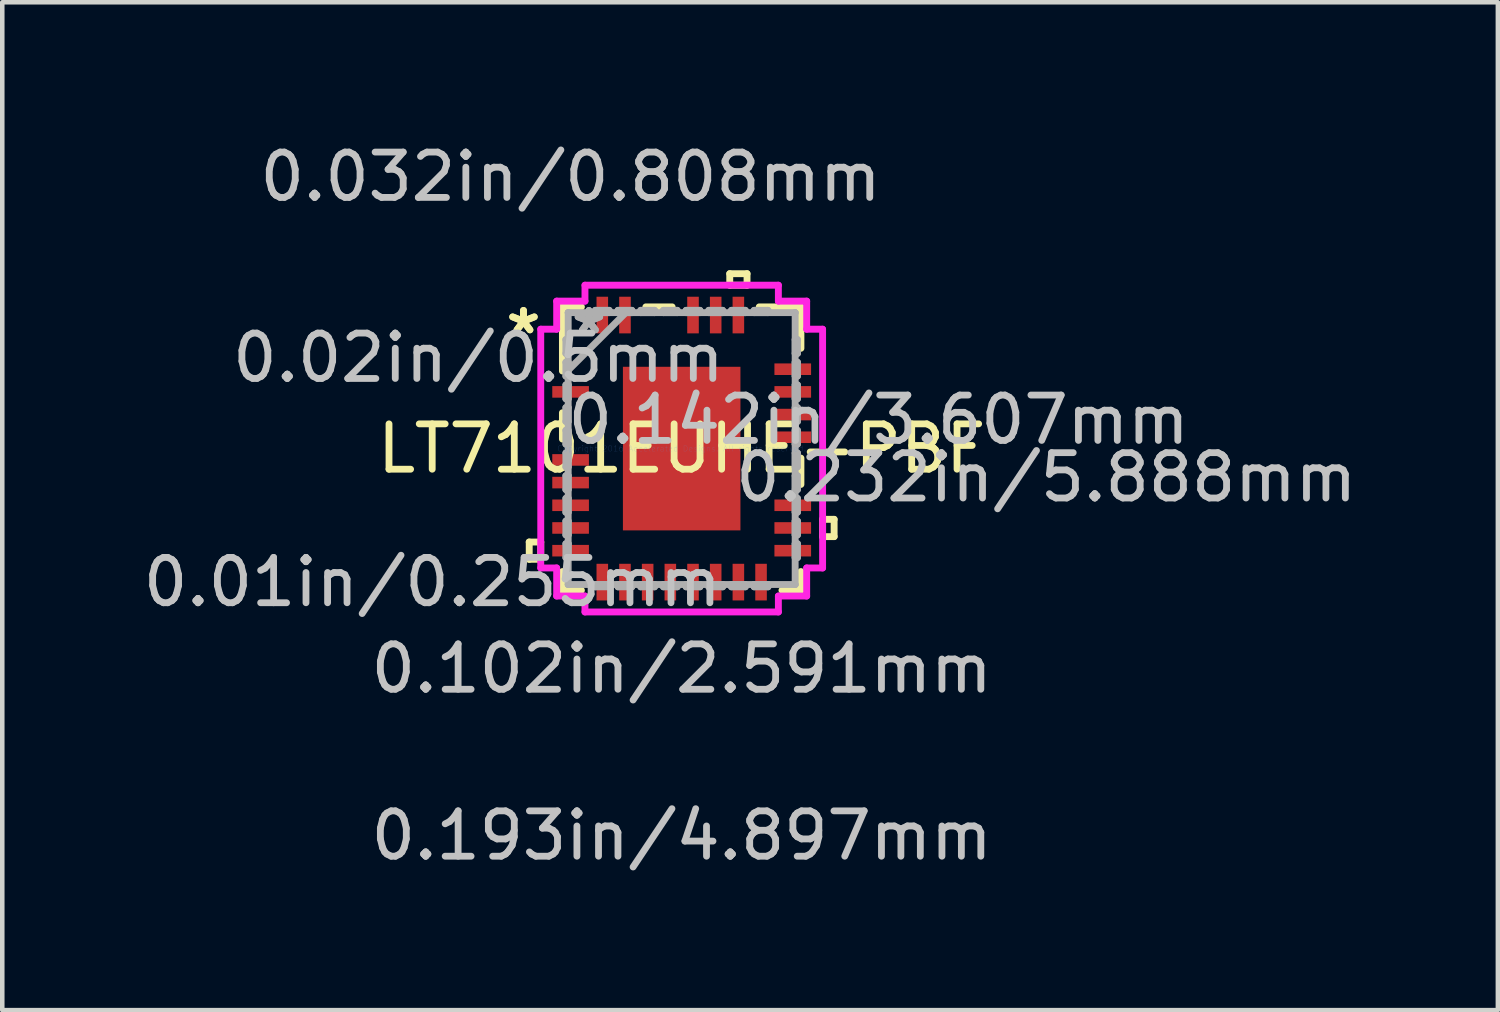
<source format=kicad_pcb>
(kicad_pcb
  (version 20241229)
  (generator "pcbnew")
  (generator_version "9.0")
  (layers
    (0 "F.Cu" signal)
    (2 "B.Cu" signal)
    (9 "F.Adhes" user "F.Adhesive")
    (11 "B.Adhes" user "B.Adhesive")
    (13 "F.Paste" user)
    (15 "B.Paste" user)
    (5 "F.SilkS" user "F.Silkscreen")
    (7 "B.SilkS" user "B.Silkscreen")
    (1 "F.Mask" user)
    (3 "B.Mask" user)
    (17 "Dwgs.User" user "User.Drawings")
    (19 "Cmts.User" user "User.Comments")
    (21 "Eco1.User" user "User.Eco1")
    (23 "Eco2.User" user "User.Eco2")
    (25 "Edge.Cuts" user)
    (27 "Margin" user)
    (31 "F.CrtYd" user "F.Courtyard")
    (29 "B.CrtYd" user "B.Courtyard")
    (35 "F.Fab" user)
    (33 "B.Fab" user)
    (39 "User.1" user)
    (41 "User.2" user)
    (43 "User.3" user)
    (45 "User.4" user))
  (footprint "LT7101EUHE-PBF"
    (layer "F.Cu")
    (at 11.979 6.84)
    (property "Reference" "LT7101EUHE-PBF" (at 0 0 0) (layer "F.SilkS") (effects (font (size 1 1) (thickness 0.15))))
    (attr through_hole)
    (fp_line (start -3.361 2.06) (end -3.361 2.441) (stroke (width 0.152) (type solid)) (layer "F.SilkS"))
    (fp_line (start -3.361 2.441) (end -3.107 2.441) (stroke (width 0.152) (type solid)) (layer "F.SilkS"))
    (fp_line (start -3.107 2.06) (end -3.361 2.06) (stroke (width 0.152) (type solid)) (layer "F.SilkS"))
    (fp_line (start -3.107 2.441) (end -3.107 2.06) (stroke (width 0.152) (type solid)) (layer "F.SilkS"))
    (fp_line (start -2.629 -3.124) (end -2.629 -1.71) (stroke (width 0.152) (type solid)) (layer "F.SilkS"))
    (fp_line (start -2.629 -0.79) (end -2.629 -0.21) (stroke (width 0.152) (type solid)) (layer "F.SilkS"))
    (fp_line (start -2.629 2.711) (end -2.629 3.124) (stroke (width 0.152) (type solid)) (layer "F.SilkS"))
    (fp_line (start -2.629 3.124) (end -2.211 3.124) (stroke (width 0.152) (type solid)) (layer "F.SilkS"))
    (fp_line (start -2.211 -3.124) (end -2.629 -3.124) (stroke (width 0.152) (type solid)) (layer "F.SilkS"))
    (fp_line (start -0.21 -3.124) (end -0.79 -3.124) (stroke (width 0.152) (type solid)) (layer "F.SilkS"))
    (fp_line (start 1.06 -3.856) (end 1.441 -3.856) (stroke (width 0.152) (type solid)) (layer "F.SilkS"))
    (fp_line (start 1.06 -3.602) (end 1.06 -3.856) (stroke (width 0.152) (type solid)) (layer "F.SilkS"))
    (fp_line (start 1.441 -3.856) (end 1.441 -3.602) (stroke (width 0.152) (type solid)) (layer "F.SilkS"))
    (fp_line (start 1.441 -3.602) (end 1.06 -3.602) (stroke (width 0.152) (type solid)) (layer "F.SilkS"))
    (fp_line (start 2.211 3.124) (end 2.629 3.124) (stroke (width 0.152) (type solid)) (layer "F.SilkS"))
    (fp_line (start 2.629 -3.124) (end 1.71 -3.124) (stroke (width 0.152) (type solid)) (layer "F.SilkS"))
    (fp_line (start 2.629 -2.211) (end 2.629 -3.124) (stroke (width 0.152) (type solid)) (layer "F.SilkS"))
    (fp_line (start 2.629 0.79) (end 2.629 0.21) (stroke (width 0.152) (type solid)) (layer "F.SilkS"))
    (fp_line (start 2.629 3.124) (end 2.629 2.711) (stroke (width 0.152) (type solid)) (layer "F.SilkS"))
    (fp_line (start 3.107 1.56) (end 3.361 1.56) (stroke (width 0.152) (type solid)) (layer "F.SilkS"))
    (fp_line (start 3.107 1.941) (end 3.107 1.56) (stroke (width 0.152) (type solid)) (layer "F.SilkS"))
    (fp_line (start 3.361 1.56) (end 3.361 1.941) (stroke (width 0.152) (type solid)) (layer "F.SilkS"))
    (fp_line (start 3.361 1.941) (end 3.107 1.941) (stroke (width 0.152) (type solid)) (layer "F.SilkS"))
    (fp_line (start -1.195 -1.703) (end -1.195 -0.1) (stroke (width 0.152) (type solid)) (layer "F.Paste"))
    (fp_line (start -1.195 -0.1) (end -0.1 -0.1) (stroke (width 0.152) (type solid)) (layer "F.Paste"))
    (fp_line (start -1.195 0.1) (end -1.195 1.703) (stroke (width 0.152) (type solid)) (layer "F.Paste"))
    (fp_line (start -1.195 1.703) (end -0.1 1.703) (stroke (width 0.152) (type solid)) (layer "F.Paste"))
    (fp_line (start -0.1 -1.703) (end -1.195 -1.703) (stroke (width 0.152) (type solid)) (layer "F.Paste"))
    (fp_line (start -0.1 -0.1) (end -0.1 -1.703) (stroke (width 0.152) (type solid)) (layer "F.Paste"))
    (fp_line (start -0.1 0.1) (end -1.195 0.1) (stroke (width 0.152) (type solid)) (layer "F.Paste"))
    (fp_line (start -0.1 1.703) (end -0.1 0.1) (stroke (width 0.152) (type solid)) (layer "F.Paste"))
    (fp_line (start 0.1 -1.703) (end 0.1 -0.1) (stroke (width 0.152) (type solid)) (layer "F.Paste"))
    (fp_line (start 0.1 -0.1) (end 1.195 -0.1) (stroke (width 0.152) (type solid)) (layer "F.Paste"))
    (fp_line (start 0.1 0.1) (end 0.1 1.703) (stroke (width 0.152) (type solid)) (layer "F.Paste"))
    (fp_line (start 0.1 1.703) (end 1.195 1.703) (stroke (width 0.152) (type solid)) (layer "F.Paste"))
    (fp_line (start 1.195 -1.703) (end 0.1 -1.703) (stroke (width 0.152) (type solid)) (layer "F.Paste"))
    (fp_line (start 1.195 -0.1) (end 1.195 -1.703) (stroke (width 0.152) (type solid)) (layer "F.Paste"))
    (fp_line (start 1.195 0.1) (end 0.1 0.1) (stroke (width 0.152) (type solid)) (layer "F.Paste"))
    (fp_line (start 1.195 1.703) (end 1.195 0.1) (stroke (width 0.152) (type solid)) (layer "F.Paste"))
    (fp_line (start -3.107 -2.632) (end -2.756 -2.632) (stroke (width 0.152) (type solid)) (layer "F.CrtYd"))
    (fp_line (start -3.107 2.632) (end -3.107 -2.632) (stroke (width 0.152) (type solid)) (layer "F.CrtYd"))
    (fp_line (start -2.756 -3.251) (end -2.132 -3.251) (stroke (width 0.152) (type solid)) (layer "F.CrtYd"))
    (fp_line (start -2.756 -2.632) (end -2.756 -3.251) (stroke (width 0.152) (type solid)) (layer "F.CrtYd"))
    (fp_line (start -2.756 2.632) (end -3.107 2.632) (stroke (width 0.152) (type solid)) (layer "F.CrtYd"))
    (fp_line (start -2.756 3.251) (end -2.756 2.632) (stroke (width 0.152) (type solid)) (layer "F.CrtYd"))
    (fp_line (start -2.132 -3.602) (end 2.132 -3.602) (stroke (width 0.152) (type solid)) (layer "F.CrtYd"))
    (fp_line (start -2.132 -3.251) (end -2.132 -3.602) (stroke (width 0.152) (type solid)) (layer "F.CrtYd"))
    (fp_line (start -2.132 3.251) (end -2.756 3.251) (stroke (width 0.152) (type solid)) (layer "F.CrtYd"))
    (fp_line (start -2.132 3.602) (end -2.132 3.251) (stroke (width 0.152) (type solid)) (layer "F.CrtYd"))
    (fp_line (start 2.132 -3.602) (end 2.132 -3.251) (stroke (width 0.152) (type solid)) (layer "F.CrtYd"))
    (fp_line (start 2.132 -3.251) (end 2.756 -3.251) (stroke (width 0.152) (type solid)) (layer "F.CrtYd"))
    (fp_line (start 2.132 3.251) (end 2.132 3.602) (stroke (width 0.152) (type solid)) (layer "F.CrtYd"))
    (fp_line (start 2.132 3.602) (end -2.132 3.602) (stroke (width 0.152) (type solid)) (layer "F.CrtYd"))
    (fp_line (start 2.756 -3.251) (end 2.756 -2.632) (stroke (width 0.152) (type solid)) (layer "F.CrtYd"))
    (fp_line (start 2.756 -2.632) (end 3.107 -2.632) (stroke (width 0.152) (type solid)) (layer "F.CrtYd"))
    (fp_line (start 2.756 2.632) (end 2.756 3.251) (stroke (width 0.152) (type solid)) (layer "F.CrtYd"))
    (fp_line (start 2.756 3.251) (end 2.132 3.251) (stroke (width 0.152) (type solid)) (layer "F.CrtYd"))
    (fp_line (start 3.107 -2.632) (end 3.107 2.632) (stroke (width 0.152) (type solid)) (layer "F.CrtYd"))
    (fp_line (start 3.107 2.632) (end 2.756 2.632) (stroke (width 0.152) (type solid)) (layer "F.CrtYd"))
    (fp_line (start -2.553 -2.403) (end -2.553 -2.098) (stroke (width 0.152) (type solid)) (layer "F.Fab"))
    (fp_line (start -2.553 -2.098) (end -2.502 -2.098) (stroke (width 0.152) (type solid)) (layer "F.Fab"))
    (fp_line (start -2.553 -1.903) (end -2.553 -1.598) (stroke (width 0.152) (type solid)) (layer "F.Fab"))
    (fp_line (start -2.553 -1.598) (end -2.502 -1.598) (stroke (width 0.152) (type solid)) (layer "F.Fab"))
    (fp_line (start -2.553 -1.403) (end -2.553 -1.098) (stroke (width 0.152) (type solid)) (layer "F.Fab"))
    (fp_line (start -2.553 -1.098) (end -2.502 -1.098) (stroke (width 0.152) (type solid)) (layer "F.Fab"))
    (fp_line (start -2.553 -0.903) (end -2.553 -0.598) (stroke (width 0.152) (type solid)) (layer "F.Fab"))
    (fp_line (start -2.553 -0.598) (end -2.502 -0.598) (stroke (width 0.152) (type solid)) (layer "F.Fab"))
    (fp_line (start -2.553 -0.402) (end -2.553 -0.098) (stroke (width 0.152) (type solid)) (layer "F.Fab"))
    (fp_line (start -2.553 -0.098) (end -2.502 -0.098) (stroke (width 0.152) (type solid)) (layer "F.Fab"))
    (fp_line (start -2.553 0.098) (end -2.553 0.402) (stroke (width 0.152) (type solid)) (layer "F.Fab"))
    (fp_line (start -2.553 0.402) (end -2.502 0.402) (stroke (width 0.152) (type solid)) (layer "F.Fab"))
    (fp_line (start -2.553 0.598) (end -2.553 0.903) (stroke (width 0.152) (type solid)) (layer "F.Fab"))
    (fp_line (start -2.553 0.903) (end -2.502 0.903) (stroke (width 0.152) (type solid)) (layer "F.Fab"))
    (fp_line (start -2.553 1.098) (end -2.553 1.403) (stroke (width 0.152) (type solid)) (layer "F.Fab"))
    (fp_line (start -2.553 1.403) (end -2.502 1.403) (stroke (width 0.152) (type solid)) (layer "F.Fab"))
    (fp_line (start -2.553 1.598) (end -2.553 1.903) (stroke (width 0.152) (type solid)) (layer "F.Fab"))
    (fp_line (start -2.553 1.903) (end -2.502 1.903) (stroke (width 0.152) (type solid)) (layer "F.Fab"))
    (fp_line (start -2.553 2.098) (end -2.553 2.403) (stroke (width 0.152) (type solid)) (layer "F.Fab"))
    (fp_line (start -2.553 2.403) (end -2.502 2.403) (stroke (width 0.152) (type solid)) (layer "F.Fab"))
    (fp_line (start -2.502 -2.997) (end -2.502 -2.997) (stroke (width 0.152) (type solid)) (layer "F.Fab"))
    (fp_line (start -2.502 -2.997) (end -2.502 2.997) (stroke (width 0.152) (type solid)) (layer "F.Fab"))
    (fp_line (start -2.502 -2.403) (end -2.553 -2.403) (stroke (width 0.152) (type solid)) (layer "F.Fab"))
    (fp_line (start -2.502 -2.098) (end -2.502 -2.403) (stroke (width 0.152) (type solid)) (layer "F.Fab"))
    (fp_line (start -2.502 -1.903) (end -2.553 -1.903) (stroke (width 0.152) (type solid)) (layer "F.Fab"))
    (fp_line (start -2.502 -1.727) (end -1.232 -2.997) (stroke (width 0.152) (type solid)) (layer "F.Fab"))
    (fp_line (start -2.502 -1.598) (end -2.502 -1.903) (stroke (width 0.152) (type solid)) (layer "F.Fab"))
    (fp_line (start -2.502 -1.403) (end -2.553 -1.403) (stroke (width 0.152) (type solid)) (layer "F.Fab"))
    (fp_line (start -2.502 -1.098) (end -2.502 -1.403) (stroke (width 0.152) (type solid)) (layer "F.Fab"))
    (fp_line (start -2.502 -0.903) (end -2.553 -0.903) (stroke (width 0.152) (type solid)) (layer "F.Fab"))
    (fp_line (start -2.502 -0.598) (end -2.502 -0.903) (stroke (width 0.152) (type solid)) (layer "F.Fab"))
    (fp_line (start -2.502 -0.402) (end -2.553 -0.402) (stroke (width 0.152) (type solid)) (layer "F.Fab"))
    (fp_line (start -2.502 -0.098) (end -2.502 -0.402) (stroke (width 0.152) (type solid)) (layer "F.Fab"))
    (fp_line (start -2.502 0.098) (end -2.553 0.098) (stroke (width 0.152) (type solid)) (layer "F.Fab"))
    (fp_line (start -2.502 0.402) (end -2.502 0.098) (stroke (width 0.152) (type solid)) (layer "F.Fab"))
    (fp_line (start -2.502 0.598) (end -2.553 0.598) (stroke (width 0.152) (type solid)) (layer "F.Fab"))
    (fp_line (start -2.502 0.903) (end -2.502 0.598) (stroke (width 0.152) (type solid)) (layer "F.Fab"))
    (fp_line (start -2.502 1.098) (end -2.553 1.098) (stroke (width 0.152) (type solid)) (layer "F.Fab"))
    (fp_line (start -2.502 1.403) (end -2.502 1.098) (stroke (width 0.152) (type solid)) (layer "F.Fab"))
    (fp_line (start -2.502 1.598) (end -2.553 1.598) (stroke (width 0.152) (type solid)) (layer "F.Fab"))
    (fp_line (start -2.502 1.903) (end -2.502 1.598) (stroke (width 0.152) (type solid)) (layer "F.Fab"))
    (fp_line (start -2.502 2.098) (end -2.553 2.098) (stroke (width 0.152) (type solid)) (layer "F.Fab"))
    (fp_line (start -2.502 2.403) (end -2.502 2.098) (stroke (width 0.152) (type solid)) (layer "F.Fab"))
    (fp_line (start -2.502 2.997) (end -2.502 2.997) (stroke (width 0.152) (type solid)) (layer "F.Fab"))
    (fp_line (start -2.502 2.997) (end 2.502 2.997) (stroke (width 0.152) (type solid)) (layer "F.Fab"))
    (fp_line (start -1.903 -3.048) (end -1.903 -2.997) (stroke (width 0.152) (type solid)) (layer "F.Fab"))
    (fp_line (start -1.903 -2.997) (end -1.598 -2.997) (stroke (width 0.152) (type solid)) (layer "F.Fab"))
    (fp_line (start -1.903 2.997) (end -1.903 3.048) (stroke (width 0.152) (type solid)) (layer "F.Fab"))
    (fp_line (start -1.903 3.048) (end -1.598 3.048) (stroke (width 0.152) (type solid)) (layer "F.Fab"))
    (fp_line (start -1.598 -3.048) (end -1.903 -3.048) (stroke (width 0.152) (type solid)) (layer "F.Fab"))
    (fp_line (start -1.598 -2.997) (end -1.598 -3.048) (stroke (width 0.152) (type solid)) (layer "F.Fab"))
    (fp_line (start -1.598 2.997) (end -1.903 2.997) (stroke (width 0.152) (type solid)) (layer "F.Fab"))
    (fp_line (start -1.598 3.048) (end -1.598 2.997) (stroke (width 0.152) (type solid)) (layer "F.Fab"))
    (fp_line (start -1.403 -3.048) (end -1.403 -2.997) (stroke (width 0.152) (type solid)) (layer "F.Fab"))
    (fp_line (start -1.403 -2.997) (end -1.098 -2.997) (stroke (width 0.152) (type solid)) (layer "F.Fab"))
    (fp_line (start -1.403 2.997) (end -1.403 3.048) (stroke (width 0.152) (type solid)) (layer "F.Fab"))
    (fp_line (start -1.403 3.048) (end -1.098 3.048) (stroke (width 0.152) (type solid)) (layer "F.Fab"))
    (fp_line (start -1.098 -3.048) (end -1.403 -3.048) (stroke (width 0.152) (type solid)) (layer "F.Fab"))
    (fp_line (start -1.098 -2.997) (end -1.098 -3.048) (stroke (width 0.152) (type solid)) (layer "F.Fab"))
    (fp_line (start -1.098 2.997) (end -1.403 2.997) (stroke (width 0.152) (type solid)) (layer "F.Fab"))
    (fp_line (start -1.098 3.048) (end -1.098 2.997) (stroke (width 0.152) (type solid)) (layer "F.Fab"))
    (fp_line (start -0.903 -3.048) (end -0.903 -2.997) (stroke (width 0.152) (type solid)) (layer "F.Fab"))
    (fp_line (start -0.903 -2.997) (end -0.598 -2.997) (stroke (width 0.152) (type solid)) (layer "F.Fab"))
    (fp_line (start -0.903 2.997) (end -0.903 3.048) (stroke (width 0.152) (type solid)) (layer "F.Fab"))
    (fp_line (start -0.903 3.048) (end -0.598 3.048) (stroke (width 0.152) (type solid)) (layer "F.Fab"))
    (fp_line (start -0.598 -3.048) (end -0.903 -3.048) (stroke (width 0.152) (type solid)) (layer "F.Fab"))
    (fp_line (start -0.598 -2.997) (end -0.598 -3.048) (stroke (width 0.152) (type solid)) (layer "F.Fab"))
    (fp_line (start -0.598 2.997) (end -0.903 2.997) (stroke (width 0.152) (type solid)) (layer "F.Fab"))
    (fp_line (start -0.598 3.048) (end -0.598 2.997) (stroke (width 0.152) (type solid)) (layer "F.Fab"))
    (fp_line (start -0.402 -3.048) (end -0.402 -2.997) (stroke (width 0.152) (type solid)) (layer "F.Fab"))
    (fp_line (start -0.402 -2.997) (end -0.098 -2.997) (stroke (width 0.152) (type solid)) (layer "F.Fab"))
    (fp_line (start -0.402 2.997) (end -0.402 3.048) (stroke (width 0.152) (type solid)) (layer "F.Fab"))
    (fp_line (start -0.402 3.048) (end -0.098 3.048) (stroke (width 0.152) (type solid)) (layer "F.Fab"))
    (fp_line (start -0.098 -3.048) (end -0.402 -3.048) (stroke (width 0.152) (type solid)) (layer "F.Fab"))
    (fp_line (start -0.098 -2.997) (end -0.098 -3.048) (stroke (width 0.152) (type solid)) (layer "F.Fab"))
    (fp_line (start -0.098 2.997) (end -0.402 2.997) (stroke (width 0.152) (type solid)) (layer "F.Fab"))
    (fp_line (start -0.098 3.048) (end -0.098 2.997) (stroke (width 0.152) (type solid)) (layer "F.Fab"))
    (fp_line (start 0.098 -3.048) (end 0.098 -2.997) (stroke (width 0.152) (type solid)) (layer "F.Fab"))
    (fp_line (start 0.098 -2.997) (end 0.402 -2.997) (stroke (width 0.152) (type solid)) (layer "F.Fab"))
    (fp_line (start 0.098 2.997) (end 0.098 3.048) (stroke (width 0.152) (type solid)) (layer "F.Fab"))
    (fp_line (start 0.098 3.048) (end 0.402 3.048) (stroke (width 0.152) (type solid)) (layer "F.Fab"))
    (fp_line (start 0.402 -3.048) (end 0.098 -3.048) (stroke (width 0.152) (type solid)) (layer "F.Fab"))
    (fp_line (start 0.402 -2.997) (end 0.402 -3.048) (stroke (width 0.152) (type solid)) (layer "F.Fab"))
    (fp_line (start 0.402 2.997) (end 0.098 2.997) (stroke (width 0.152) (type solid)) (layer "F.Fab"))
    (fp_line (start 0.402 3.048) (end 0.402 2.997) (stroke (width 0.152) (type solid)) (layer "F.Fab"))
    (fp_line (start 0.598 -3.048) (end 0.598 -2.997) (stroke (width 0.152) (type solid)) (layer "F.Fab"))
    (fp_line (start 0.598 -2.997) (end 0.903 -2.997) (stroke (width 0.152) (type solid)) (layer "F.Fab"))
    (fp_line (start 0.598 2.997) (end 0.598 3.048) (stroke (width 0.152) (type solid)) (layer "F.Fab"))
    (fp_line (start 0.598 3.048) (end 0.903 3.048) (stroke (width 0.152) (type solid)) (layer "F.Fab"))
    (fp_line (start 0.903 -3.048) (end 0.598 -3.048) (stroke (width 0.152) (type solid)) (layer "F.Fab"))
    (fp_line (start 0.903 -2.997) (end 0.903 -3.048) (stroke (width 0.152) (type solid)) (layer "F.Fab"))
    (fp_line (start 0.903 2.997) (end 0.598 2.997) (stroke (width 0.152) (type solid)) (layer "F.Fab"))
    (fp_line (start 0.903 3.048) (end 0.903 2.997) (stroke (width 0.152) (type solid)) (layer "F.Fab"))
    (fp_line (start 1.098 -3.048) (end 1.098 -2.997) (stroke (width 0.152) (type solid)) (layer "F.Fab"))
    (fp_line (start 1.098 -2.997) (end 1.403 -2.997) (stroke (width 0.152) (type solid)) (layer "F.Fab"))
    (fp_line (start 1.098 2.997) (end 1.098 3.048) (stroke (width 0.152) (type solid)) (layer "F.Fab"))
    (fp_line (start 1.098 3.048) (end 1.403 3.048) (stroke (width 0.152) (type solid)) (layer "F.Fab"))
    (fp_line (start 1.403 -3.048) (end 1.098 -3.048) (stroke (width 0.152) (type solid)) (layer "F.Fab"))
    (fp_line (start 1.403 -2.997) (end 1.403 -3.048) (stroke (width 0.152) (type solid)) (layer "F.Fab"))
    (fp_line (start 1.403 2.997) (end 1.098 2.997) (stroke (width 0.152) (type solid)) (layer "F.Fab"))
    (fp_line (start 1.403 3.048) (end 1.403 2.997) (stroke (width 0.152) (type solid)) (layer "F.Fab"))
    (fp_line (start 1.598 -3.048) (end 1.598 -2.997) (stroke (width 0.152) (type solid)) (layer "F.Fab"))
    (fp_line (start 1.598 -2.997) (end 1.903 -2.997) (stroke (width 0.152) (type solid)) (layer "F.Fab"))
    (fp_line (start 1.598 2.997) (end 1.598 3.048) (stroke (width 0.152) (type solid)) (layer "F.Fab"))
    (fp_line (start 1.598 3.048) (end 1.903 3.048) (stroke (width 0.152) (type solid)) (layer "F.Fab"))
    (fp_line (start 1.903 -3.048) (end 1.598 -3.048) (stroke (width 0.152) (type solid)) (layer "F.Fab"))
    (fp_line (start 1.903 -2.997) (end 1.903 -3.048) (stroke (width 0.152) (type solid)) (layer "F.Fab"))
    (fp_line (start 1.903 2.997) (end 1.598 2.997) (stroke (width 0.152) (type solid)) (layer "F.Fab"))
    (fp_line (start 1.903 3.048) (end 1.903 2.997) (stroke (width 0.152) (type solid)) (layer "F.Fab"))
    (fp_line (start 2.502 -2.997) (end -2.502 -2.997) (stroke (width 0.152) (type solid)) (layer "F.Fab"))
    (fp_line (start 2.502 -2.997) (end 2.502 -2.997) (stroke (width 0.152) (type solid)) (layer "F.Fab"))
    (fp_line (start 2.502 -2.403) (end 2.502 -2.098) (stroke (width 0.152) (type solid)) (layer "F.Fab"))
    (fp_line (start 2.502 -2.098) (end 2.553 -2.098) (stroke (width 0.152) (type solid)) (layer "F.Fab"))
    (fp_line (start 2.502 -1.903) (end 2.502 -1.598) (stroke (width 0.152) (type solid)) (layer "F.Fab"))
    (fp_line (start 2.502 -1.598) (end 2.553 -1.598) (stroke (width 0.152) (type solid)) (layer "F.Fab"))
    (fp_line (start 2.502 -1.403) (end 2.502 -1.098) (stroke (width 0.152) (type solid)) (layer "F.Fab"))
    (fp_line (start 2.502 -1.098) (end 2.553 -1.098) (stroke (width 0.152) (type solid)) (layer "F.Fab"))
    (fp_line (start 2.502 -0.903) (end 2.502 -0.598) (stroke (width 0.152) (type solid)) (layer "F.Fab"))
    (fp_line (start 2.502 -0.598) (end 2.553 -0.598) (stroke (width 0.152) (type solid)) (layer "F.Fab"))
    (fp_line (start 2.502 -0.402) (end 2.502 -0.098) (stroke (width 0.152) (type solid)) (layer "F.Fab"))
    (fp_line (start 2.502 -0.098) (end 2.553 -0.098) (stroke (width 0.152) (type solid)) (layer "F.Fab"))
    (fp_line (start 2.502 0.098) (end 2.502 0.402) (stroke (width 0.152) (type solid)) (layer "F.Fab"))
    (fp_line (start 2.502 0.402) (end 2.553 0.402) (stroke (width 0.152) (type solid)) (layer "F.Fab"))
    (fp_line (start 2.502 0.598) (end 2.502 0.903) (stroke (width 0.152) (type solid)) (layer "F.Fab"))
    (fp_line (start 2.502 0.903) (end 2.553 0.903) (stroke (width 0.152) (type solid)) (layer "F.Fab"))
    (fp_line (start 2.502 1.098) (end 2.502 1.403) (stroke (width 0.152) (type solid)) (layer "F.Fab"))
    (fp_line (start 2.502 1.403) (end 2.553 1.403) (stroke (width 0.152) (type solid)) (layer "F.Fab"))
    (fp_line (start 2.502 1.598) (end 2.502 1.903) (stroke (width 0.152) (type solid)) (layer "F.Fab"))
    (fp_line (start 2.502 1.903) (end 2.553 1.903) (stroke (width 0.152) (type solid)) (layer "F.Fab"))
    (fp_line (start 2.502 2.098) (end 2.502 2.403) (stroke (width 0.152) (type solid)) (layer "F.Fab"))
    (fp_line (start 2.502 2.403) (end 2.553 2.403) (stroke (width 0.152) (type solid)) (layer "F.Fab"))
    (fp_line (start 2.502 2.997) (end 2.502 -2.997) (stroke (width 0.152) (type solid)) (layer "F.Fab"))
    (fp_line (start 2.502 2.997) (end 2.502 2.997) (stroke (width 0.152) (type solid)) (layer "F.Fab"))
    (fp_line (start 2.553 -2.403) (end 2.502 -2.403) (stroke (width 0.152) (type solid)) (layer "F.Fab"))
    (fp_line (start 2.553 -2.098) (end 2.553 -2.403) (stroke (width 0.152) (type solid)) (layer "F.Fab"))
    (fp_line (start 2.553 -1.903) (end 2.502 -1.903) (stroke (width 0.152) (type solid)) (layer "F.Fab"))
    (fp_line (start 2.553 -1.598) (end 2.553 -1.903) (stroke (width 0.152) (type solid)) (layer "F.Fab"))
    (fp_line (start 2.553 -1.403) (end 2.502 -1.403) (stroke (width 0.152) (type solid)) (layer "F.Fab"))
    (fp_line (start 2.553 -1.098) (end 2.553 -1.403) (stroke (width 0.152) (type solid)) (layer "F.Fab"))
    (fp_line (start 2.553 -0.903) (end 2.502 -0.903) (stroke (width 0.152) (type solid)) (layer "F.Fab"))
    (fp_line (start 2.553 -0.598) (end 2.553 -0.903) (stroke (width 0.152) (type solid)) (layer "F.Fab"))
    (fp_line (start 2.553 -0.402) (end 2.502 -0.402) (stroke (width 0.152) (type solid)) (layer "F.Fab"))
    (fp_line (start 2.553 -0.098) (end 2.553 -0.402) (stroke (width 0.152) (type solid)) (layer "F.Fab"))
    (fp_line (start 2.553 0.098) (end 2.502 0.098) (stroke (width 0.152) (type solid)) (layer "F.Fab"))
    (fp_line (start 2.553 0.402) (end 2.553 0.098) (stroke (width 0.152) (type solid)) (layer "F.Fab"))
    (fp_line (start 2.553 0.598) (end 2.502 0.598) (stroke (width 0.152) (type solid)) (layer "F.Fab"))
    (fp_line (start 2.553 0.903) (end 2.553 0.598) (stroke (width 0.152) (type solid)) (layer "F.Fab"))
    (fp_line (start 2.553 1.098) (end 2.502 1.098) (stroke (width 0.152) (type solid)) (layer "F.Fab"))
    (fp_line (start 2.553 1.403) (end 2.553 1.098) (stroke (width 0.152) (type solid)) (layer "F.Fab"))
    (fp_line (start 2.553 1.598) (end 2.502 1.598) (stroke (width 0.152) (type solid)) (layer "F.Fab"))
    (fp_line (start 2.553 1.903) (end 2.553 1.598) (stroke (width 0.152) (type solid)) (layer "F.Fab"))
    (fp_line (start 2.553 2.098) (end 2.502 2.098) (stroke (width 0.152) (type solid)) (layer "F.Fab"))
    (fp_line (start 2.553 2.403) (end 2.553 2.098) (stroke (width 0.152) (type solid)) (layer "F.Fab"))
    (fp_text user "*" (at -3.488 -2.501 0) (layer "F.SilkS") (effects (font (size 1 1) (thickness 0.15))))
    (fp_text user "*" (at -3.488 -2.501 0) (layer "F.SilkS") (effects (font (size 1 1) (thickness 0.15))))
    (fp_text user "0.193in/4.897mm" (at 0 8.532 0) (layer "Dwgs.User") (effects (font (size 1 1) (thickness 0.15))))
    (fp_text user "0.032in/0.808mm" (at -2.449 -5.992 0) (layer "Dwgs.User") (effects (font (size 1 1) (thickness 0.15))))
    (fp_text user "0.232in/5.888mm" (at 8.037 0.635 0) (layer "Dwgs.User") (effects (font (size 1 1) (thickness 0.15))))
    (fp_text user "0.02in/0.5mm" (at -4.481 -2.001 0) (layer "Dwgs.User") (effects (font (size 1 1) (thickness 0.15))))
    (fp_text user "0.102in/2.591mm" (at 0 4.851 0) (layer "Dwgs.User") (effects (font (size 1 1) (thickness 0.15))))
    (fp_text user "0.01in/0.255mm" (at -5.497 2.944 0) (layer "Dwgs.User") (effects (font (size 1 1) (thickness 0.15))))
    (fp_text user "0.142in/3.607mm" (at 4.343 -0.635 0) (layer "Dwgs.User") (effects (font (size 1 1) (thickness 0.15))))
    (fp_text user "Copyright 2016 Accelerated Designs. All rights reserved." (at 0 0 0) (layer "Cmts.User") (effects (font (size 0.127 0.127) (thickness 0.002))))
    (fp_text user "*" (at -2.045 -2.501 0) (layer "F.Fab") (effects (font (size 1 1) (thickness 0.15))))
    (fp_text user "*" (at -2.045 -2.501 0) (layer "F.Fab") (effects (font (size 1 1) (thickness 0.15))))
    (pad "3" smd rect (at -2.449 -1.25 90) (size 0.255 0.808) (layers "F.Cu" "F.Mask" "F.Paste"))
    (pad "6" smd rect (at -2.449 0.25 90) (size 0.255 0.808) (layers "F.Cu" "F.Mask" "F.Paste"))
    (pad "7" smd rect (at -2.449 0.75 90) (size 0.255 0.808) (layers "F.Cu" "F.Mask" "F.Paste"))
    (pad "8" smd rect (at -2.449 1.25 90) (size 0.255 0.808) (layers "F.Cu" "F.Mask" "F.Paste"))
    (pad "9" smd rect (at -2.449 1.75 90) (size 0.255 0.808) (layers "F.Cu" "F.Mask" "F.Paste"))
    (pad "10" smd rect (at -2.449 2.251 90) (size 0.255 0.808) (layers "F.Cu" "F.Mask" "F.Paste"))
    (pad "11" smd rect (at -1.75 2.944) (size 0.255 0.808) (layers "F.Cu" "F.Mask" "F.Paste"))
    (pad "12" smd rect (at -1.25 2.944) (size 0.255 0.808) (layers "F.Cu" "F.Mask" "F.Paste"))
    (pad "13" smd rect (at -0.75 2.944) (size 0.255 0.808) (layers "F.Cu" "F.Mask" "F.Paste"))
    (pad "14" smd rect (at -0.25 2.944) (size 0.255 0.808) (layers "F.Cu" "F.Mask" "F.Paste"))
    (pad "15" smd rect (at 0.25 2.944) (size 0.255 0.808) (layers "F.Cu" "F.Mask" "F.Paste"))
    (pad "16" smd rect (at 0.75 2.944) (size 0.255 0.808) (layers "F.Cu" "F.Mask" "F.Paste"))
    (pad "17" smd rect (at 1.25 2.944) (size 0.255 0.808) (layers "F.Cu" "F.Mask" "F.Paste"))
    (pad "18" smd rect (at 1.75 2.944) (size 0.255 0.808) (layers "F.Cu" "F.Mask" "F.Paste"))
    (pad "19" smd rect (at 2.449 2.251 90) (size 0.255 0.808) (layers "F.Cu" "F.Mask" "F.Paste"))
    (pad "20" smd rect (at 2.449 1.75 90) (size 0.255 0.808) (layers "F.Cu" "F.Mask" "F.Paste"))
    (pad "21" smd rect (at 2.449 1.25 90) (size 0.255 0.808) (layers "F.Cu" "F.Mask" "F.Paste"))
    (pad "24" smd rect (at 2.449 -0.25 90) (size 0.255 0.808) (layers "F.Cu" "F.Mask" "F.Paste"))
    (pad "25" smd rect (at 2.449 -0.75 90) (size 0.255 0.808) (layers "F.Cu" "F.Mask" "F.Paste"))
    (pad "26" smd rect (at 2.449 -1.25 90) (size 0.255 0.808) (layers "F.Cu" "F.Mask" "F.Paste"))
    (pad "27" smd rect (at 2.449 -1.75 90) (size 0.255 0.808) (layers "F.Cu" "F.Mask" "F.Paste"))
    (pad "30" smd rect (at 1.25 -2.944) (size 0.255 0.808) (layers "F.Cu" "F.Mask" "F.Paste"))
    (pad "31" smd rect (at 0.75 -2.944) (size 0.255 0.808) (layers "F.Cu" "F.Mask" "F.Paste"))
    (pad "32" smd rect (at 0.25 -2.944) (size 0.255 0.808) (layers "F.Cu" "F.Mask" "F.Paste"))
    (pad "35" smd rect (at -1.25 -2.944) (size 0.255 0.808) (layers "F.Cu" "F.Mask" "F.Paste"))
    (pad "36" smd rect (at -1.75 -2.944) (size 0.255 0.808) (layers "F.Cu" "F.Mask" "F.Paste"))
    (pad "37" smd rect (at 0 0) (size 2.591 3.607) (layers "F.Cu" "F.Mask" "F.Paste")))
  (gr_rect
    (start -3 -3)
    (end 29.974 19.22)
    (stroke (width 0.1) (type default))
    (fill no)
    (layer "Edge.Cuts")))
</source>
